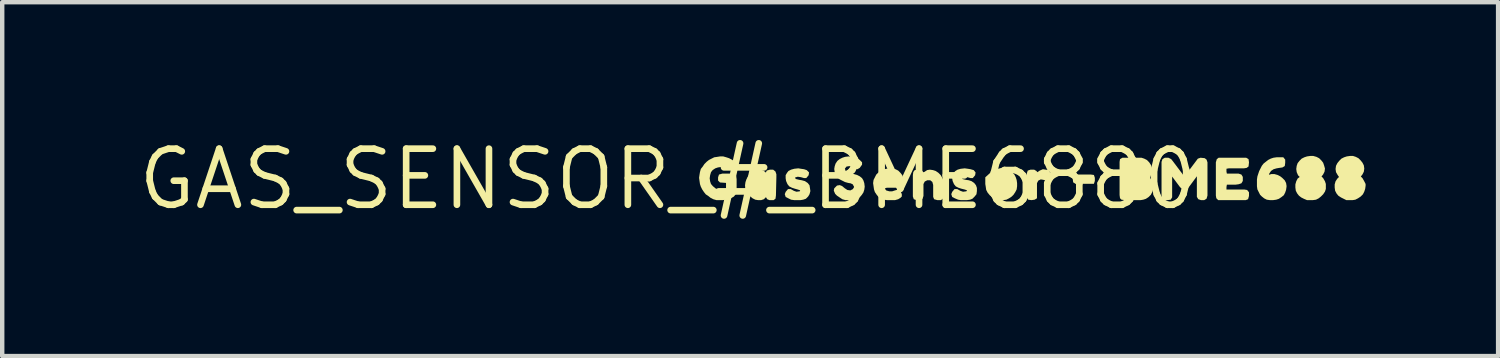
<source format=kicad_pcb>
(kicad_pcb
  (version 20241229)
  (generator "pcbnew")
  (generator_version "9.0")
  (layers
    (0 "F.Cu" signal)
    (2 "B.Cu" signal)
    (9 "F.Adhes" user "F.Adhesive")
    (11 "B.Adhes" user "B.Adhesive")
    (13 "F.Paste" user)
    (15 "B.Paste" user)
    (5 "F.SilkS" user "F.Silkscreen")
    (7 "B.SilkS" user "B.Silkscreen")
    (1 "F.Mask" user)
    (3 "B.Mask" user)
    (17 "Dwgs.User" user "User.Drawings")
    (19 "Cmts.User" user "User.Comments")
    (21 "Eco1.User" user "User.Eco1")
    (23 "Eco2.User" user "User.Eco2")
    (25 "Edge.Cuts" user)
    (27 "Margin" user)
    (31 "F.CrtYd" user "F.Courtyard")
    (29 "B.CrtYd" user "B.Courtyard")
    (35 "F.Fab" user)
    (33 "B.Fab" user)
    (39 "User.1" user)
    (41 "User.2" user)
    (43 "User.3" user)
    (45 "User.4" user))
  (footprint "GAS_SENSOR_#_BME6880"
    (layer "F.Cu")
    (at 12.072 1.006)
    (property "Reference" "GAS_SENSOR_#_BME6880" (at 0 0 0) (layer "F.SilkS") (effects (font (size 1.27 1.27) (thickness 0.15))))
    (fp_poly (pts (xy 9.644 -0.095) (xy 9.665 -0.031) (xy 9.665 0.041) (xy 9.644 0.105) (xy 9.229 0.105) (xy 9.175 0.073) (xy 9.165 0) (xy 9.175 -0.073) (xy 9.229 -0.105) (xy 9.57 -0.105)) (stroke (width 0) (type default)) (fill yes) (layer "F.SilkS"))
    (fp_poly (pts (xy 8.551 -0.215) (xy 8.623 -0.205) (xy 8.655 -0.141) (xy 8.645 -0.079) (xy 8.624 -0.007) (xy 8.561 0.036) (xy 8.499 0.015) (xy 8.441 0.005) (xy 8.384 0.034) (xy 8.355 0.091) (xy 8.355 0.433) (xy 8.302 0.465) (xy 8.23 0.475) (xy 8.157 0.465) (xy 8.125 0.411) (xy 8.125 -0.131) (xy 8.146 -0.194) (xy 8.209 -0.215) (xy 8.291 -0.215) (xy 8.344 -0.184) (xy 8.361 -0.157) (xy 8.418 -0.194) (xy 8.489 -0.225)) (stroke (width 0) (type default)) (fill yes) (layer "F.SilkS"))
    (fp_poly (pts (xy 10.782 -0.465) (xy 10.843 -0.434) (xy 10.894 -0.383) (xy 10.935 -0.322) (xy 10.955 -0.261) (xy 10.955 -0.19) (xy 10.945 -0.119) (xy 10.925 -0.058) (xy 10.915 -0.031) (xy 10.944 0.018) (xy 10.975 0.078) (xy 10.985 0.15) (xy 10.985 0.221) (xy 10.965 0.292) (xy 10.934 0.353) (xy 10.883 0.404) (xy 10.822 0.445) (xy 10.761 0.465) (xy 10.7 0.475) (xy 10.35 0.475) (xy 10.268 0.465) (xy 10.235 0.432) (xy 10.225 0.36) (xy 10.225 -0.39) (xy 10.235 -0.453) (xy 10.289 -0.485) (xy 10.721 -0.485)) (stroke (width 0) (type default)) (fill yes) (layer "F.SilkS"))
    (fp_poly (pts (xy 7.611 -0.235) (xy 7.672 -0.225) (xy 7.733 -0.194) (xy 7.793 -0.154) (xy 7.844 -0.103) (xy 7.875 -0.042) (xy 7.895 0.019) (xy 7.905 0.09) (xy 7.905 0.16) (xy 7.895 0.232) (xy 7.864 0.293) (xy 7.824 0.353) (xy 7.783 0.394) (xy 7.723 0.434) (xy 7.662 0.465) (xy 7.59 0.475) (xy 7.52 0.475) (xy 7.459 0.465) (xy 7.394 0.443) (xy 7.392 0.448) (xy 7.337 0.404) (xy 7.286 0.364) (xy 7.236 0.303) (xy 7.205 0.242) (xy 7.195 0.171) (xy 7.185 0.11) (xy 7.185 -0.042) (xy 7.287 -0.134) (xy 7.347 -0.184) (xy 7.408 -0.215) (xy 7.469 -0.235) (xy 7.54 -0.245)) (stroke (width 0) (type default)) (fill yes) (layer "F.SilkS"))
    (fp_poly (pts (xy 13.145 -0.453) (xy 13.155 -0.38) (xy 13.145 -0.287) (xy 13.102 -0.255) (xy 13.04 -0.245) (xy 12.7 -0.245) (xy 12.645 -0.236) (xy 12.645 -0.17) (xy 12.654 -0.125) (xy 12.921 -0.125) (xy 12.983 -0.104) (xy 13.015 -0.051) (xy 13.015 0.041) (xy 12.983 0.094) (xy 12.921 0.115) (xy 12.85 0.125) (xy 12.654 0.125) (xy 12.645 0.18) (xy 12.645 0.235) (xy 13.05 0.235) (xy 13.113 0.245) (xy 13.155 0.298) (xy 13.155 0.381) (xy 13.134 0.454) (xy 13.081 0.475) (xy 12.458 0.475) (xy 12.415 0.432) (xy 12.405 0.37) (xy 12.405 -0.381) (xy 12.426 -0.453) (xy 12.468 -0.485) (xy 13.091 -0.485)) (stroke (width 0) (type default)) (fill yes) (layer "F.SilkS"))
    (fp_poly (pts (xy 2.162 -0.195) (xy 2.215 -0.152) (xy 2.215 -0.141) (xy 2.215 -0.142) (xy 2.236 -0.194) (xy 2.309 -0.215) (xy 2.382 -0.215) (xy 2.434 -0.173) (xy 2.455 -0.111) (xy 2.455 -0.04) (xy 2.445 0.37) (xy 2.435 0.443) (xy 2.392 0.475) (xy 2.299 0.475) (xy 2.247 0.454) (xy 2.219 0.408) (xy 2.173 0.454) (xy 2.111 0.475) (xy 2.04 0.475) (xy 1.978 0.465) (xy 1.917 0.434) (xy 1.856 0.384) (xy 1.816 0.333) (xy 1.775 0.272) (xy 1.755 0.211) (xy 1.745 0.14) (xy 1.755 0.069) (xy 1.775 0.008) (xy 1.806 -0.053) (xy 1.846 -0.113) (xy 1.897 -0.164) (xy 1.958 -0.195) (xy 2.019 -0.215) (xy 2.091 -0.215)) (stroke (width 0) (type default)) (fill yes) (layer "F.SilkS"))
    (fp_poly (pts (xy 6.001 -0.205) (xy 6.062 -0.185) (xy 6.123 -0.144) (xy 6.174 -0.093) (xy 6.204 -0.042) (xy 6.235 0.029) (xy 6.245 0.09) (xy 6.245 0.37) (xy 6.235 0.433) (xy 6.182 0.475) (xy 6.099 0.475) (xy 6.026 0.454) (xy 6.005 0.401) (xy 6.005 0.131) (xy 5.986 0.063) (xy 5.938 0.025) (xy 5.871 0.025) (xy 5.814 0.054) (xy 5.785 0.111) (xy 5.785 0.381) (xy 5.764 0.443) (xy 5.722 0.475) (xy 5.629 0.475) (xy 5.566 0.454) (xy 5.545 0.391) (xy 5.545 -0.09) (xy 5.555 -0.162) (xy 5.587 -0.205) (xy 5.67 -0.215) (xy 5.743 -0.205) (xy 5.782 -0.156) (xy 5.808 -0.165) (xy 5.868 -0.205) (xy 5.93 -0.215)) (stroke (width 0) (type default)) (fill yes) (layer "F.SilkS"))
    (fp_poly (pts (xy 12.152 -0.475) (xy 12.194 -0.443) (xy 12.215 -0.381) (xy 12.215 0.371) (xy 12.194 0.443) (xy 12.141 0.475) (xy 12.069 0.475) (xy 12.007 0.454) (xy 11.975 0.401) (xy 11.975 -0.065) (xy 11.814 0.153) (xy 11.783 0.194) (xy 11.721 0.235) (xy 11.648 0.225) (xy 11.596 0.184) (xy 11.416 -0.057) (xy 11.415 -0.058) (xy 11.415 0.411) (xy 11.383 0.465) (xy 11.31 0.475) (xy 11.228 0.475) (xy 11.185 0.422) (xy 11.175 0.36) (xy 11.175 -0.391) (xy 11.196 -0.453) (xy 11.249 -0.485) (xy 11.331 -0.485) (xy 11.393 -0.454) (xy 11.434 -0.403) (xy 11.672 -0.086) (xy 11.727 -0.104) (xy 11.876 -0.303) (xy 11.997 -0.464) (xy 12.059 -0.485)) (stroke (width 0) (type default)) (fill yes) (layer "F.SilkS"))
    (fp_poly (pts (xy 5.091 -0.235) (xy 5.152 -0.225) (xy 5.213 -0.194) (xy 5.264 -0.143) (xy 5.304 -0.092) (xy 5.325 -0.031) (xy 5.335 0.04) (xy 5.335 0.122) (xy 5.283 0.164) (xy 5.221 0.195) (xy 4.951 0.195) (xy 4.908 0.212) (xy 4.943 0.256) (xy 5.011 0.275) (xy 5.079 0.275) (xy 5.139 0.255) (xy 5.211 0.235) (xy 5.264 0.267) (xy 5.295 0.339) (xy 5.295 0.392) (xy 5.263 0.424) (xy 5.212 0.455) (xy 5.141 0.475) (xy 4.96 0.475) (xy 4.889 0.465) (xy 4.828 0.445) (xy 4.767 0.404) (xy 4.726 0.353) (xy 4.685 0.292) (xy 4.665 0.231) (xy 4.655 0.161) (xy 4.645 0.09) (xy 4.655 0.018) (xy 4.716 -0.103) (xy 4.757 -0.144) (xy 4.817 -0.184) (xy 4.878 -0.215) (xy 4.939 -0.235) (xy 5.01 -0.245)) (stroke (width 0) (type default)) (fill yes) (layer "F.SilkS"))
    (fp_poly (pts (xy 14.682 -0.505) (xy 14.743 -0.474) (xy 14.794 -0.423) (xy 14.834 -0.372) (xy 14.855 -0.311) (xy 14.875 -0.24) (xy 14.865 -0.168) (xy 14.834 -0.107) (xy 14.797 -0.06) (xy 14.834 -0.023) (xy 14.875 0.048) (xy 14.895 0.109) (xy 14.895 0.221) (xy 14.875 0.282) (xy 14.834 0.343) (xy 14.783 0.394) (xy 14.733 0.434) (xy 14.672 0.465) (xy 14.6 0.475) (xy 14.469 0.475) (xy 14.398 0.445) (xy 14.337 0.414) (xy 14.286 0.374) (xy 14.246 0.323) (xy 14.215 0.262) (xy 14.205 0.19) (xy 14.205 0.119) (xy 14.225 0.048) (xy 14.256 -0.013) (xy 14.303 -0.05) (xy 14.266 -0.087) (xy 14.235 -0.159) (xy 14.225 -0.23) (xy 14.235 -0.301) (xy 14.256 -0.362) (xy 14.296 -0.413) (xy 14.347 -0.464) (xy 14.408 -0.495) (xy 14.469 -0.515) (xy 14.54 -0.525) (xy 14.611 -0.525)) (stroke (width 0) (type default)) (fill yes) (layer "F.SilkS"))
    (fp_poly (pts (xy 15.572 -0.505) (xy 15.633 -0.474) (xy 15.684 -0.423) (xy 15.724 -0.373) (xy 15.755 -0.312) (xy 15.765 -0.24) (xy 15.755 -0.168) (xy 15.724 -0.107) (xy 15.687 -0.06) (xy 15.724 -0.023) (xy 15.764 0.048) (xy 15.795 0.109) (xy 15.795 0.15) (xy 15.785 0.221) (xy 15.765 0.282) (xy 15.734 0.343) (xy 15.683 0.394) (xy 15.623 0.434) (xy 15.562 0.465) (xy 15.5 0.475) (xy 15.359 0.475) (xy 15.237 0.414) (xy 15.177 0.374) (xy 15.136 0.323) (xy 15.105 0.262) (xy 15.095 0.19) (xy 15.095 0.119) (xy 15.115 0.048) (xy 15.156 -0.013) (xy 15.193 -0.05) (xy 15.166 -0.087) (xy 15.125 -0.158) (xy 15.115 -0.23) (xy 15.125 -0.302) (xy 15.156 -0.363) (xy 15.196 -0.413) (xy 15.247 -0.464) (xy 15.308 -0.495) (xy 15.369 -0.515) (xy 15.44 -0.525) (xy 15.511 -0.525)) (stroke (width 0) (type default)) (fill yes) (layer "F.SilkS"))
    (fp_poly (pts (xy 13.975 -0.442) (xy 13.975 -0.37) (xy 13.965 -0.297) (xy 13.912 -0.265) (xy 13.841 -0.255) (xy 13.781 -0.245) (xy 13.712 -0.225) (xy 13.654 -0.186) (xy 13.615 -0.128) (xy 13.607 -0.098) (xy 13.659 -0.115) (xy 13.731 -0.115) (xy 13.802 -0.095) (xy 13.863 -0.064) (xy 13.913 -0.024) (xy 13.964 0.027) (xy 13.995 0.088) (xy 14.005 0.15) (xy 14.005 0.17) (xy 13.995 0.241) (xy 13.975 0.302) (xy 13.944 0.363) (xy 13.893 0.404) (xy 13.832 0.445) (xy 13.771 0.465) (xy 13.7 0.475) (xy 13.63 0.475) (xy 13.558 0.465) (xy 13.497 0.434) (xy 13.447 0.394) (xy 13.406 0.353) (xy 13.345 0.232) (xy 13.335 0.16) (xy 13.335 0.01) (xy 13.345 -0.061) (xy 13.365 -0.122) (xy 13.385 -0.182) (xy 13.446 -0.303) (xy 13.486 -0.354) (xy 13.537 -0.394) (xy 13.587 -0.434) (xy 13.648 -0.465) (xy 13.709 -0.485) (xy 13.78 -0.495) (xy 13.932 -0.495)) (stroke (width 0) (type default)) (fill yes) (layer "F.SilkS"))
    (fp_poly (pts (xy 3.011 -0.235) (xy 3.081 -0.225) (xy 3.143 -0.204) (xy 3.195 -0.152) (xy 3.185 -0.088) (xy 3.132 -0.025) (xy 3.079 -0.025) (xy 3.009 -0.045) (xy 2.94 -0.055) (xy 2.877 -0.037) (xy 2.893 -0.004) (xy 2.971 0.015) (xy 3.031 0.025) (xy 3.102 0.045) (xy 3.163 0.086) (xy 3.205 0.138) (xy 3.215 0.199) (xy 3.225 0.27) (xy 3.205 0.342) (xy 3.174 0.393) (xy 3.123 0.444) (xy 3.061 0.465) (xy 3 0.475) (xy 2.86 0.475) (xy 2.788 0.465) (xy 2.666 0.404) (xy 2.645 0.34) (xy 2.666 0.287) (xy 2.718 0.225) (xy 2.781 0.225) (xy 2.852 0.265) (xy 2.911 0.285) (xy 2.986 0.275) (xy 2.994 0.253) (xy 2.939 0.235) (xy 2.869 0.215) (xy 2.808 0.195) (xy 2.747 0.164) (xy 2.706 0.113) (xy 2.675 0.041) (xy 2.665 -0.02) (xy 2.665 -0.091) (xy 2.696 -0.143) (xy 2.727 -0.184) (xy 2.788 -0.215) (xy 2.859 -0.235) (xy 2.95 -0.245)) (stroke (width 0) (type default)) (fill yes) (layer "F.SilkS"))
    (fp_poly (pts (xy 6.791 -0.235) (xy 6.851 -0.225) (xy 6.923 -0.204) (xy 6.965 -0.151) (xy 6.955 -0.088) (xy 6.902 -0.025) (xy 6.849 -0.025) (xy 6.779 -0.045) (xy 6.71 -0.055) (xy 6.656 -0.037) (xy 6.664 -0.004) (xy 6.741 0.015) (xy 6.811 0.025) (xy 6.872 0.045) (xy 6.933 0.086) (xy 6.974 0.138) (xy 6.995 0.199) (xy 6.995 0.27) (xy 6.985 0.342) (xy 6.944 0.393) (xy 6.893 0.444) (xy 6.841 0.465) (xy 6.77 0.475) (xy 6.63 0.475) (xy 6.569 0.465) (xy 6.498 0.435) (xy 6.436 0.404) (xy 6.415 0.34) (xy 6.436 0.287) (xy 6.488 0.225) (xy 6.551 0.225) (xy 6.622 0.265) (xy 6.681 0.285) (xy 6.757 0.275) (xy 6.772 0.253) (xy 6.719 0.235) (xy 6.639 0.215) (xy 6.578 0.195) (xy 6.517 0.164) (xy 6.476 0.113) (xy 6.445 0.041) (xy 6.435 -0.02) (xy 6.445 -0.091) (xy 6.466 -0.143) (xy 6.507 -0.184) (xy 6.558 -0.215) (xy 6.629 -0.235) (xy 6.72 -0.245)) (stroke (width 0) (type default)) (fill yes) (layer "F.SilkS"))
    (fp_poly (pts (xy 4.161 -0.505) (xy 4.221 -0.495) (xy 4.292 -0.475) (xy 4.343 -0.434) (xy 4.395 -0.382) (xy 4.395 -0.328) (xy 4.343 -0.256) (xy 4.291 -0.225) (xy 4.228 -0.225) (xy 4.168 -0.276) (xy 4.11 -0.295) (xy 4.043 -0.285) (xy 4.006 -0.239) (xy 4.024 -0.183) (xy 4.082 -0.145) (xy 4.211 -0.115) (xy 4.282 -0.095) (xy 4.343 -0.064) (xy 4.394 -0.023) (xy 4.425 0.028) (xy 4.445 0.089) (xy 4.455 0.17) (xy 4.445 0.241) (xy 4.425 0.302) (xy 4.384 0.363) (xy 4.343 0.404) (xy 4.222 0.465) (xy 4.15 0.475) (xy 4.019 0.475) (xy 3.948 0.455) (xy 3.887 0.414) (xy 3.827 0.374) (xy 3.786 0.333) (xy 3.755 0.261) (xy 3.765 0.208) (xy 3.828 0.145) (xy 3.891 0.135) (xy 3.943 0.156) (xy 4.003 0.206) (xy 4.062 0.245) (xy 4.129 0.255) (xy 4.186 0.226) (xy 4.215 0.179) (xy 4.196 0.124) (xy 4.138 0.095) (xy 4.079 0.085) (xy 4.008 0.065) (xy 3.887 0.004) (xy 3.836 -0.036) (xy 3.795 -0.088) (xy 3.775 -0.159) (xy 3.765 -0.23) (xy 3.775 -0.291) (xy 3.795 -0.352) (xy 3.836 -0.413) (xy 3.887 -0.454) (xy 3.948 -0.485) (xy 4.009 -0.505) (xy 4.09 -0.515)) (stroke (width 0) (type default)) (fill yes) (layer "F.SilkS"))
    (fp_poly (pts (xy 1.321 -0.495) (xy 1.382 -0.475) (xy 1.443 -0.444) (xy 1.504 -0.403) (xy 1.525 -0.34) (xy 1.504 -0.277) (xy 1.442 -0.215) (xy 1.389 -0.205) (xy 1.268 -0.265) (xy 1.2 -0.275) (xy 1.131 -0.265) (xy 1.072 -0.245) (xy 1.013 -0.206) (xy 0.975 -0.158) (xy 0.955 -0.089) (xy 0.945 -0.02) (xy 0.955 0.049) (xy 0.974 0.108) (xy 1.014 0.156) (xy 1.073 0.206) (xy 1.131 0.235) (xy 1.269 0.235) (xy 1.315 0.207) (xy 1.315 0.085) (xy 1.178 0.075) (xy 1.135 0.032) (xy 1.135 -0.041) (xy 1.156 -0.104) (xy 1.229 -0.125) (xy 1.431 -0.125) (xy 1.502 -0.105) (xy 1.545 -0.073) (xy 1.555 -0.000355) (xy 1.555 0.281) (xy 1.534 0.342) (xy 1.493 0.394) (xy 1.442 0.424) (xy 1.382 0.455) (xy 1.311 0.465) (xy 1.24 0.475) (xy 1.099 0.475) (xy 1.028 0.455) (xy 0.967 0.424) (xy 0.917 0.384) (xy 0.857 0.344) (xy 0.816 0.293) (xy 0.776 0.233) (xy 0.745 0.172) (xy 0.725 0.111) (xy 0.715 0.041) (xy 0.705 -0.03) (xy 0.715 -0.101) (xy 0.725 -0.161) (xy 0.745 -0.232) (xy 0.786 -0.283) (xy 0.826 -0.343) (xy 0.877 -0.394) (xy 0.927 -0.434) (xy 1.048 -0.495) (xy 1.119 -0.505) (xy 1.18 -0.515) (xy 1.251 -0.515)) (stroke (width 0) (type default)) (fill yes) (layer "F.SilkS")))
  (gr_rect
    (start -3 -3)
    (end 30.867 5.012)
    (stroke (width 0.1) (type default))
    (fill no)
    (layer "Edge.Cuts")))
</source>
